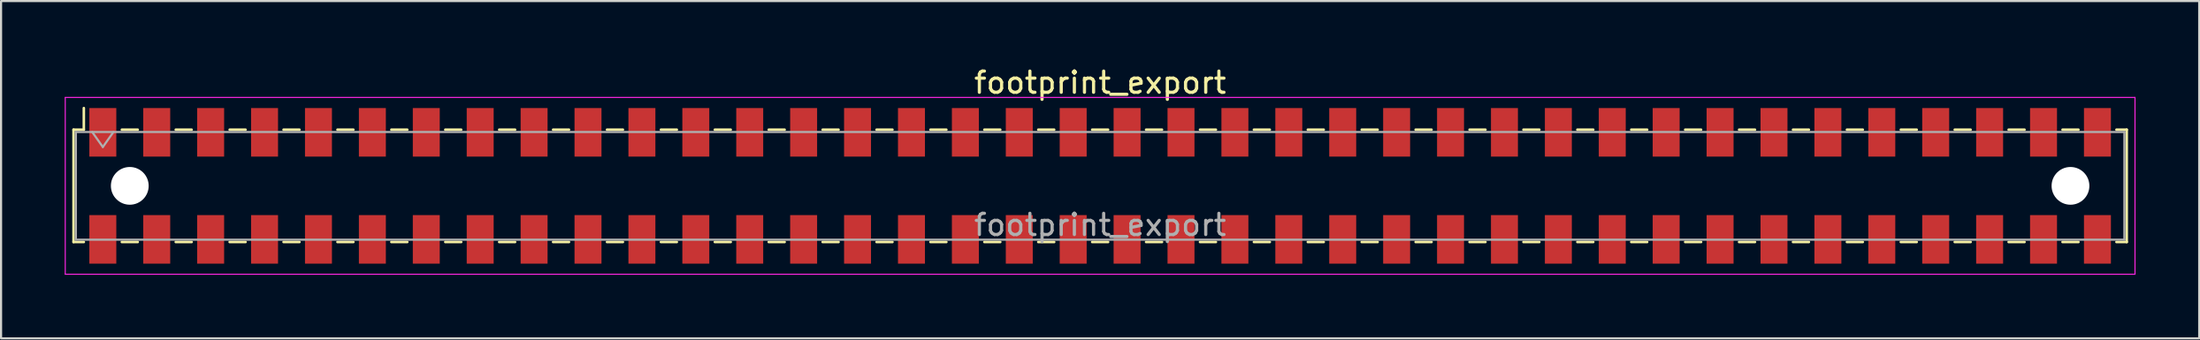
<source format=kicad_pcb>
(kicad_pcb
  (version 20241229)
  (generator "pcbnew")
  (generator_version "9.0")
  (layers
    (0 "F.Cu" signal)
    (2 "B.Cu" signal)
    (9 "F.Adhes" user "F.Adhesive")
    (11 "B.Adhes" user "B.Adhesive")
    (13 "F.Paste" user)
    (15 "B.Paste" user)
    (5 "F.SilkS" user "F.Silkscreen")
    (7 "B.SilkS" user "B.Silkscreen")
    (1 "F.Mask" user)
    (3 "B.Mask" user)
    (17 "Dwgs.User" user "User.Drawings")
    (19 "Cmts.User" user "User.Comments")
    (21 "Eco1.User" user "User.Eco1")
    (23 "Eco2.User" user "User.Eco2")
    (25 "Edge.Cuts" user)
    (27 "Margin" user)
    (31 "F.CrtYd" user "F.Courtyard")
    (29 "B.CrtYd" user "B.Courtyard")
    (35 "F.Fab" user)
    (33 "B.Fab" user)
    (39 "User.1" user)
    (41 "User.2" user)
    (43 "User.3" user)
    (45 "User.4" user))
  (footprint "footprint_export"
    (layer "F.Cu")
    (at 48.785 5.718)
    (property "Reference" "footprint_export" (at 0 -4.87 0) (layer "F.SilkS") (effects (font (size 1 1) (thickness 0.15))))
    (attr smd)
    (fp_line (start -48.37 -2.65) (end -48.37 2.65) (stroke (width 0.12) (type solid)) (layer "F.SilkS"))
    (fp_line (start -48.37 2.65) (end -47.885 2.65) (stroke (width 0.12) (type solid)) (layer "F.SilkS"))
    (fp_line (start -47.885 -3.67) (end -47.885 -2.65) (stroke (width 0.12) (type solid)) (layer "F.SilkS"))
    (fp_line (start -47.885 -2.65) (end -48.37 -2.65) (stroke (width 0.12) (type solid)) (layer "F.SilkS"))
    (fp_line (start -46.095 -2.65) (end -45.345 -2.65) (stroke (width 0.12) (type solid)) (layer "F.SilkS"))
    (fp_line (start -46.095 2.65) (end -45.345 2.65) (stroke (width 0.12) (type solid)) (layer "F.SilkS"))
    (fp_line (start -43.555 -2.65) (end -42.805 -2.65) (stroke (width 0.12) (type solid)) (layer "F.SilkS"))
    (fp_line (start -43.555 2.65) (end -42.805 2.65) (stroke (width 0.12) (type solid)) (layer "F.SilkS"))
    (fp_line (start -41.015 -2.65) (end -40.265 -2.65) (stroke (width 0.12) (type solid)) (layer "F.SilkS"))
    (fp_line (start -41.015 2.65) (end -40.265 2.65) (stroke (width 0.12) (type solid)) (layer "F.SilkS"))
    (fp_line (start -38.475 -2.65) (end -37.725 -2.65) (stroke (width 0.12) (type solid)) (layer "F.SilkS"))
    (fp_line (start -38.475 2.65) (end -37.725 2.65) (stroke (width 0.12) (type solid)) (layer "F.SilkS"))
    (fp_line (start -35.935 -2.65) (end -35.185 -2.65) (stroke (width 0.12) (type solid)) (layer "F.SilkS"))
    (fp_line (start -35.935 2.65) (end -35.185 2.65) (stroke (width 0.12) (type solid)) (layer "F.SilkS"))
    (fp_line (start -33.395 -2.65) (end -32.645 -2.65) (stroke (width 0.12) (type solid)) (layer "F.SilkS"))
    (fp_line (start -33.395 2.65) (end -32.645 2.65) (stroke (width 0.12) (type solid)) (layer "F.SilkS"))
    (fp_line (start -30.855 -2.65) (end -30.105 -2.65) (stroke (width 0.12) (type solid)) (layer "F.SilkS"))
    (fp_line (start -30.855 2.65) (end -30.105 2.65) (stroke (width 0.12) (type solid)) (layer "F.SilkS"))
    (fp_line (start -28.315 -2.65) (end -27.565 -2.65) (stroke (width 0.12) (type solid)) (layer "F.SilkS"))
    (fp_line (start -28.315 2.65) (end -27.565 2.65) (stroke (width 0.12) (type solid)) (layer "F.SilkS"))
    (fp_line (start -25.775 -2.65) (end -25.025 -2.65) (stroke (width 0.12) (type solid)) (layer "F.SilkS"))
    (fp_line (start -25.775 2.65) (end -25.025 2.65) (stroke (width 0.12) (type solid)) (layer "F.SilkS"))
    (fp_line (start -23.235 -2.65) (end -22.485 -2.65) (stroke (width 0.12) (type solid)) (layer "F.SilkS"))
    (fp_line (start -23.235 2.65) (end -22.485 2.65) (stroke (width 0.12) (type solid)) (layer "F.SilkS"))
    (fp_line (start -20.695 -2.65) (end -19.945 -2.65) (stroke (width 0.12) (type solid)) (layer "F.SilkS"))
    (fp_line (start -20.695 2.65) (end -19.945 2.65) (stroke (width 0.12) (type solid)) (layer "F.SilkS"))
    (fp_line (start -18.155 -2.65) (end -17.405 -2.65) (stroke (width 0.12) (type solid)) (layer "F.SilkS"))
    (fp_line (start -18.155 2.65) (end -17.405 2.65) (stroke (width 0.12) (type solid)) (layer "F.SilkS"))
    (fp_line (start -15.615 -2.65) (end -14.865 -2.65) (stroke (width 0.12) (type solid)) (layer "F.SilkS"))
    (fp_line (start -15.615 2.65) (end -14.865 2.65) (stroke (width 0.12) (type solid)) (layer "F.SilkS"))
    (fp_line (start -13.075 -2.65) (end -12.325 -2.65) (stroke (width 0.12) (type solid)) (layer "F.SilkS"))
    (fp_line (start -13.075 2.65) (end -12.325 2.65) (stroke (width 0.12) (type solid)) (layer "F.SilkS"))
    (fp_line (start -10.535 -2.65) (end -9.785 -2.65) (stroke (width 0.12) (type solid)) (layer "F.SilkS"))
    (fp_line (start -10.535 2.65) (end -9.785 2.65) (stroke (width 0.12) (type solid)) (layer "F.SilkS"))
    (fp_line (start -7.995 -2.65) (end -7.245 -2.65) (stroke (width 0.12) (type solid)) (layer "F.SilkS"))
    (fp_line (start -7.995 2.65) (end -7.245 2.65) (stroke (width 0.12) (type solid)) (layer "F.SilkS"))
    (fp_line (start -5.455 -2.65) (end -4.705 -2.65) (stroke (width 0.12) (type solid)) (layer "F.SilkS"))
    (fp_line (start -5.455 2.65) (end -4.705 2.65) (stroke (width 0.12) (type solid)) (layer "F.SilkS"))
    (fp_line (start -2.915 -2.65) (end -2.165 -2.65) (stroke (width 0.12) (type solid)) (layer "F.SilkS"))
    (fp_line (start -2.915 2.65) (end -2.165 2.65) (stroke (width 0.12) (type solid)) (layer "F.SilkS"))
    (fp_line (start -0.375 -2.65) (end 0.375 -2.65) (stroke (width 0.12) (type solid)) (layer "F.SilkS"))
    (fp_line (start -0.375 2.65) (end 0.375 2.65) (stroke (width 0.12) (type solid)) (layer "F.SilkS"))
    (fp_line (start 2.165 -2.65) (end 2.915 -2.65) (stroke (width 0.12) (type solid)) (layer "F.SilkS"))
    (fp_line (start 2.165 2.65) (end 2.915 2.65) (stroke (width 0.12) (type solid)) (layer "F.SilkS"))
    (fp_line (start 4.705 -2.65) (end 5.455 -2.65) (stroke (width 0.12) (type solid)) (layer "F.SilkS"))
    (fp_line (start 4.705 2.65) (end 5.455 2.65) (stroke (width 0.12) (type solid)) (layer "F.SilkS"))
    (fp_line (start 7.245 -2.65) (end 7.995 -2.65) (stroke (width 0.12) (type solid)) (layer "F.SilkS"))
    (fp_line (start 7.245 2.65) (end 7.995 2.65) (stroke (width 0.12) (type solid)) (layer "F.SilkS"))
    (fp_line (start 9.785 -2.65) (end 10.535 -2.65) (stroke (width 0.12) (type solid)) (layer "F.SilkS"))
    (fp_line (start 9.785 2.65) (end 10.535 2.65) (stroke (width 0.12) (type solid)) (layer "F.SilkS"))
    (fp_line (start 12.325 -2.65) (end 13.075 -2.65) (stroke (width 0.12) (type solid)) (layer "F.SilkS"))
    (fp_line (start 12.325 2.65) (end 13.075 2.65) (stroke (width 0.12) (type solid)) (layer "F.SilkS"))
    (fp_line (start 14.865 -2.65) (end 15.615 -2.65) (stroke (width 0.12) (type solid)) (layer "F.SilkS"))
    (fp_line (start 14.865 2.65) (end 15.615 2.65) (stroke (width 0.12) (type solid)) (layer "F.SilkS"))
    (fp_line (start 17.405 -2.65) (end 18.155 -2.65) (stroke (width 0.12) (type solid)) (layer "F.SilkS"))
    (fp_line (start 17.405 2.65) (end 18.155 2.65) (stroke (width 0.12) (type solid)) (layer "F.SilkS"))
    (fp_line (start 19.945 -2.65) (end 20.695 -2.65) (stroke (width 0.12) (type solid)) (layer "F.SilkS"))
    (fp_line (start 19.945 2.65) (end 20.695 2.65) (stroke (width 0.12) (type solid)) (layer "F.SilkS"))
    (fp_line (start 22.485 -2.65) (end 23.235 -2.65) (stroke (width 0.12) (type solid)) (layer "F.SilkS"))
    (fp_line (start 22.485 2.65) (end 23.235 2.65) (stroke (width 0.12) (type solid)) (layer "F.SilkS"))
    (fp_line (start 25.025 -2.65) (end 25.775 -2.65) (stroke (width 0.12) (type solid)) (layer "F.SilkS"))
    (fp_line (start 25.025 2.65) (end 25.775 2.65) (stroke (width 0.12) (type solid)) (layer "F.SilkS"))
    (fp_line (start 27.565 -2.65) (end 28.315 -2.65) (stroke (width 0.12) (type solid)) (layer "F.SilkS"))
    (fp_line (start 27.565 2.65) (end 28.315 2.65) (stroke (width 0.12) (type solid)) (layer "F.SilkS"))
    (fp_line (start 30.105 -2.65) (end 30.855 -2.65) (stroke (width 0.12) (type solid)) (layer "F.SilkS"))
    (fp_line (start 30.105 2.65) (end 30.855 2.65) (stroke (width 0.12) (type solid)) (layer "F.SilkS"))
    (fp_line (start 32.645 -2.65) (end 33.395 -2.65) (stroke (width 0.12) (type solid)) (layer "F.SilkS"))
    (fp_line (start 32.645 2.65) (end 33.395 2.65) (stroke (width 0.12) (type solid)) (layer "F.SilkS"))
    (fp_line (start 35.185 -2.65) (end 35.935 -2.65) (stroke (width 0.12) (type solid)) (layer "F.SilkS"))
    (fp_line (start 35.185 2.65) (end 35.935 2.65) (stroke (width 0.12) (type solid)) (layer "F.SilkS"))
    (fp_line (start 37.725 -2.65) (end 38.475 -2.65) (stroke (width 0.12) (type solid)) (layer "F.SilkS"))
    (fp_line (start 37.725 2.65) (end 38.475 2.65) (stroke (width 0.12) (type solid)) (layer "F.SilkS"))
    (fp_line (start 40.265 -2.65) (end 41.015 -2.65) (stroke (width 0.12) (type solid)) (layer "F.SilkS"))
    (fp_line (start 40.265 2.65) (end 41.015 2.65) (stroke (width 0.12) (type solid)) (layer "F.SilkS"))
    (fp_line (start 42.805 -2.65) (end 43.555 -2.65) (stroke (width 0.12) (type solid)) (layer "F.SilkS"))
    (fp_line (start 42.805 2.65) (end 43.555 2.65) (stroke (width 0.12) (type solid)) (layer "F.SilkS"))
    (fp_line (start 45.345 -2.65) (end 46.095 -2.65) (stroke (width 0.12) (type solid)) (layer "F.SilkS"))
    (fp_line (start 45.345 2.65) (end 46.095 2.65) (stroke (width 0.12) (type solid)) (layer "F.SilkS"))
    (fp_line (start 47.885 -2.65) (end 48.37 -2.65) (stroke (width 0.12) (type solid)) (layer "F.SilkS"))
    (fp_line (start 48.37 -2.65) (end 48.37 2.65) (stroke (width 0.12) (type solid)) (layer "F.SilkS"))
    (fp_line (start 48.37 2.65) (end 47.885 2.65) (stroke (width 0.12) (type solid)) (layer "F.SilkS"))
    (fp_line (start -48.76 -4.17) (end 48.76 -4.17) (stroke (width 0.05) (type solid)) (layer "F.CrtYd"))
    (fp_line (start -48.76 4.17) (end -48.76 -4.17) (stroke (width 0.05) (type solid)) (layer "F.CrtYd"))
    (fp_line (start 48.76 -4.17) (end 48.76 4.17) (stroke (width 0.05) (type solid)) (layer "F.CrtYd"))
    (fp_line (start 48.76 4.17) (end -48.76 4.17) (stroke (width 0.05) (type solid)) (layer "F.CrtYd"))
    (fp_line (start -48.26 -2.54) (end 48.26 -2.54) (stroke (width 0.1) (type solid)) (layer "F.Fab"))
    (fp_line (start -48.26 2.54) (end -48.26 -2.54) (stroke (width 0.1) (type solid)) (layer "F.Fab"))
    (fp_line (start -47.49 -2.54) (end -46.99 -1.833) (stroke (width 0.1) (type solid)) (layer "F.Fab"))
    (fp_line (start -46.99 -1.833) (end -46.49 -2.54) (stroke (width 0.1) (type solid)) (layer "F.Fab"))
    (fp_line (start 48.26 -2.54) (end 48.26 2.54) (stroke (width 0.1) (type solid)) (layer "F.Fab"))
    (fp_line (start 48.26 2.54) (end -48.26 2.54) (stroke (width 0.1) (type solid)) (layer "F.Fab"))
    (fp_text user "${REFERENCE}" (at 0 1.84 0) (layer "F.Fab") (effects (font (size 1 1) (thickness 0.15))))
    (pad "" np_thru_hole circle (at -45.72 0) (size 1.78 1.78) (drill 1.78) (layers "*.Cu" "*.Mask"))
    (pad "" np_thru_hole circle (at 45.72 0) (size 1.78 1.78) (drill 1.78) (layers "*.Cu" "*.Mask"))
    (pad "1" smd rect (at -46.99 -2.525) (size 1.27 2.29) (layers "F.Cu" "F.Mask" "F.Paste"))
    (pad "2" smd rect (at -46.99 2.525) (size 1.27 2.29) (layers "F.Cu" "F.Mask" "F.Paste"))
    (pad "3" smd rect (at -44.45 -2.525) (size 1.27 2.29) (layers "F.Cu" "F.Mask" "F.Paste"))
    (pad "4" smd rect (at -44.45 2.525) (size 1.27 2.29) (layers "F.Cu" "F.Mask" "F.Paste"))
    (pad "5" smd rect (at -41.91 -2.525) (size 1.27 2.29) (layers "F.Cu" "F.Mask" "F.Paste"))
    (pad "6" smd rect (at -41.91 2.525) (size 1.27 2.29) (layers "F.Cu" "F.Mask" "F.Paste"))
    (pad "7" smd rect (at -39.37 -2.525) (size 1.27 2.29) (layers "F.Cu" "F.Mask" "F.Paste"))
    (pad "8" smd rect (at -39.37 2.525) (size 1.27 2.29) (layers "F.Cu" "F.Mask" "F.Paste"))
    (pad "9" smd rect (at -36.83 -2.525) (size 1.27 2.29) (layers "F.Cu" "F.Mask" "F.Paste"))
    (pad "10" smd rect (at -36.83 2.525) (size 1.27 2.29) (layers "F.Cu" "F.Mask" "F.Paste"))
    (pad "11" smd rect (at -34.29 -2.525) (size 1.27 2.29) (layers "F.Cu" "F.Mask" "F.Paste"))
    (pad "12" smd rect (at -34.29 2.525) (size 1.27 2.29) (layers "F.Cu" "F.Mask" "F.Paste"))
    (pad "13" smd rect (at -31.75 -2.525) (size 1.27 2.29) (layers "F.Cu" "F.Mask" "F.Paste"))
    (pad "14" smd rect (at -31.75 2.525) (size 1.27 2.29) (layers "F.Cu" "F.Mask" "F.Paste"))
    (pad "15" smd rect (at -29.21 -2.525) (size 1.27 2.29) (layers "F.Cu" "F.Mask" "F.Paste"))
    (pad "16" smd rect (at -29.21 2.525) (size 1.27 2.29) (layers "F.Cu" "F.Mask" "F.Paste"))
    (pad "17" smd rect (at -26.67 -2.525) (size 1.27 2.29) (layers "F.Cu" "F.Mask" "F.Paste"))
    (pad "18" smd rect (at -26.67 2.525) (size 1.27 2.29) (layers "F.Cu" "F.Mask" "F.Paste"))
    (pad "19" smd rect (at -24.13 -2.525) (size 1.27 2.29) (layers "F.Cu" "F.Mask" "F.Paste"))
    (pad "20" smd rect (at -24.13 2.525) (size 1.27 2.29) (layers "F.Cu" "F.Mask" "F.Paste"))
    (pad "21" smd rect (at -21.59 -2.525) (size 1.27 2.29) (layers "F.Cu" "F.Mask" "F.Paste"))
    (pad "22" smd rect (at -21.59 2.525) (size 1.27 2.29) (layers "F.Cu" "F.Mask" "F.Paste"))
    (pad "23" smd rect (at -19.05 -2.525) (size 1.27 2.29) (layers "F.Cu" "F.Mask" "F.Paste"))
    (pad "24" smd rect (at -19.05 2.525) (size 1.27 2.29) (layers "F.Cu" "F.Mask" "F.Paste"))
    (pad "25" smd rect (at -16.51 -2.525) (size 1.27 2.29) (layers "F.Cu" "F.Mask" "F.Paste"))
    (pad "26" smd rect (at -16.51 2.525) (size 1.27 2.29) (layers "F.Cu" "F.Mask" "F.Paste"))
    (pad "27" smd rect (at -13.97 -2.525) (size 1.27 2.29) (layers "F.Cu" "F.Mask" "F.Paste"))
    (pad "28" smd rect (at -13.97 2.525) (size 1.27 2.29) (layers "F.Cu" "F.Mask" "F.Paste"))
    (pad "29" smd rect (at -11.43 -2.525) (size 1.27 2.29) (layers "F.Cu" "F.Mask" "F.Paste"))
    (pad "30" smd rect (at -11.43 2.525) (size 1.27 2.29) (layers "F.Cu" "F.Mask" "F.Paste"))
    (pad "31" smd rect (at -8.89 -2.525) (size 1.27 2.29) (layers "F.Cu" "F.Mask" "F.Paste"))
    (pad "32" smd rect (at -8.89 2.525) (size 1.27 2.29) (layers "F.Cu" "F.Mask" "F.Paste"))
    (pad "33" smd rect (at -6.35 -2.525) (size 1.27 2.29) (layers "F.Cu" "F.Mask" "F.Paste"))
    (pad "34" smd rect (at -6.35 2.525) (size 1.27 2.29) (layers "F.Cu" "F.Mask" "F.Paste"))
    (pad "35" smd rect (at -3.81 -2.525) (size 1.27 2.29) (layers "F.Cu" "F.Mask" "F.Paste"))
    (pad "36" smd rect (at -3.81 2.525) (size 1.27 2.29) (layers "F.Cu" "F.Mask" "F.Paste"))
    (pad "37" smd rect (at -1.27 -2.525) (size 1.27 2.29) (layers "F.Cu" "F.Mask" "F.Paste"))
    (pad "38" smd rect (at -1.27 2.525) (size 1.27 2.29) (layers "F.Cu" "F.Mask" "F.Paste"))
    (pad "39" smd rect (at 1.27 -2.525) (size 1.27 2.29) (layers "F.Cu" "F.Mask" "F.Paste"))
    (pad "40" smd rect (at 1.27 2.525) (size 1.27 2.29) (layers "F.Cu" "F.Mask" "F.Paste"))
    (pad "41" smd rect (at 3.81 -2.525) (size 1.27 2.29) (layers "F.Cu" "F.Mask" "F.Paste"))
    (pad "42" smd rect (at 3.81 2.525) (size 1.27 2.29) (layers "F.Cu" "F.Mask" "F.Paste"))
    (pad "43" smd rect (at 6.35 -2.525) (size 1.27 2.29) (layers "F.Cu" "F.Mask" "F.Paste"))
    (pad "44" smd rect (at 6.35 2.525) (size 1.27 2.29) (layers "F.Cu" "F.Mask" "F.Paste"))
    (pad "45" smd rect (at 8.89 -2.525) (size 1.27 2.29) (layers "F.Cu" "F.Mask" "F.Paste"))
    (pad "46" smd rect (at 8.89 2.525) (size 1.27 2.29) (layers "F.Cu" "F.Mask" "F.Paste"))
    (pad "47" smd rect (at 11.43 -2.525) (size 1.27 2.29) (layers "F.Cu" "F.Mask" "F.Paste"))
    (pad "48" smd rect (at 11.43 2.525) (size 1.27 2.29) (layers "F.Cu" "F.Mask" "F.Paste"))
    (pad "49" smd rect (at 13.97 -2.525) (size 1.27 2.29) (layers "F.Cu" "F.Mask" "F.Paste"))
    (pad "50" smd rect (at 13.97 2.525) (size 1.27 2.29) (layers "F.Cu" "F.Mask" "F.Paste"))
    (pad "51" smd rect (at 16.51 -2.525) (size 1.27 2.29) (layers "F.Cu" "F.Mask" "F.Paste"))
    (pad "52" smd rect (at 16.51 2.525) (size 1.27 2.29) (layers "F.Cu" "F.Mask" "F.Paste"))
    (pad "53" smd rect (at 19.05 -2.525) (size 1.27 2.29) (layers "F.Cu" "F.Mask" "F.Paste"))
    (pad "54" smd rect (at 19.05 2.525) (size 1.27 2.29) (layers "F.Cu" "F.Mask" "F.Paste"))
    (pad "55" smd rect (at 21.59 -2.525) (size 1.27 2.29) (layers "F.Cu" "F.Mask" "F.Paste"))
    (pad "56" smd rect (at 21.59 2.525) (size 1.27 2.29) (layers "F.Cu" "F.Mask" "F.Paste"))
    (pad "57" smd rect (at 24.13 -2.525) (size 1.27 2.29) (layers "F.Cu" "F.Mask" "F.Paste"))
    (pad "58" smd rect (at 24.13 2.525) (size 1.27 2.29) (layers "F.Cu" "F.Mask" "F.Paste"))
    (pad "59" smd rect (at 26.67 -2.525) (size 1.27 2.29) (layers "F.Cu" "F.Mask" "F.Paste"))
    (pad "60" smd rect (at 26.67 2.525) (size 1.27 2.29) (layers "F.Cu" "F.Mask" "F.Paste"))
    (pad "61" smd rect (at 29.21 -2.525) (size 1.27 2.29) (layers "F.Cu" "F.Mask" "F.Paste"))
    (pad "62" smd rect (at 29.21 2.525) (size 1.27 2.29) (layers "F.Cu" "F.Mask" "F.Paste"))
    (pad "63" smd rect (at 31.75 -2.525) (size 1.27 2.29) (layers "F.Cu" "F.Mask" "F.Paste"))
    (pad "64" smd rect (at 31.75 2.525) (size 1.27 2.29) (layers "F.Cu" "F.Mask" "F.Paste"))
    (pad "65" smd rect (at 34.29 -2.525) (size 1.27 2.29) (layers "F.Cu" "F.Mask" "F.Paste"))
    (pad "66" smd rect (at 34.29 2.525) (size 1.27 2.29) (layers "F.Cu" "F.Mask" "F.Paste"))
    (pad "67" smd rect (at 36.83 -2.525) (size 1.27 2.29) (layers "F.Cu" "F.Mask" "F.Paste"))
    (pad "68" smd rect (at 36.83 2.525) (size 1.27 2.29) (layers "F.Cu" "F.Mask" "F.Paste"))
    (pad "69" smd rect (at 39.37 -2.525) (size 1.27 2.29) (layers "F.Cu" "F.Mask" "F.Paste"))
    (pad "70" smd rect (at 39.37 2.525) (size 1.27 2.29) (layers "F.Cu" "F.Mask" "F.Paste"))
    (pad "71" smd rect (at 41.91 -2.525) (size 1.27 2.29) (layers "F.Cu" "F.Mask" "F.Paste"))
    (pad "72" smd rect (at 41.91 2.525) (size 1.27 2.29) (layers "F.Cu" "F.Mask" "F.Paste"))
    (pad "73" smd rect (at 44.45 -2.525) (size 1.27 2.29) (layers "F.Cu" "F.Mask" "F.Paste"))
    (pad "74" smd rect (at 44.45 2.525) (size 1.27 2.29) (layers "F.Cu" "F.Mask" "F.Paste"))
    (pad "75" smd rect (at 46.99 -2.525) (size 1.27 2.29) (layers "F.Cu" "F.Mask" "F.Paste"))
    (pad "76" smd rect (at 46.99 2.525) (size 1.27 2.29) (layers "F.Cu" "F.Mask" "F.Paste")))
  (gr_rect
    (start -3 -3)
    (end 100.57 12.913)
    (stroke (width 0.1) (type default))
    (fill no)
    (layer "Edge.Cuts")))
</source>
